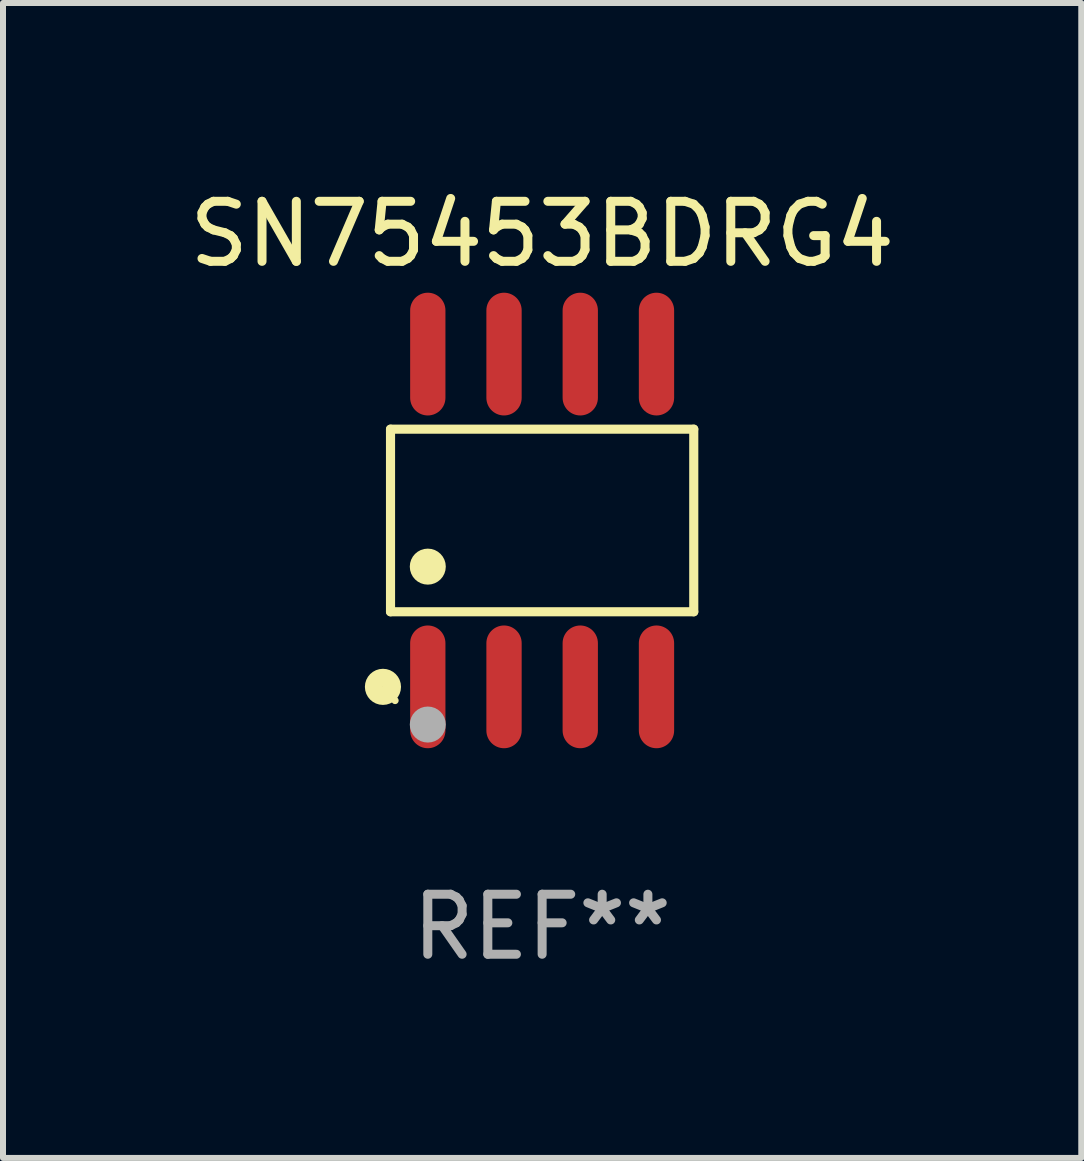
<source format=kicad_pcb>
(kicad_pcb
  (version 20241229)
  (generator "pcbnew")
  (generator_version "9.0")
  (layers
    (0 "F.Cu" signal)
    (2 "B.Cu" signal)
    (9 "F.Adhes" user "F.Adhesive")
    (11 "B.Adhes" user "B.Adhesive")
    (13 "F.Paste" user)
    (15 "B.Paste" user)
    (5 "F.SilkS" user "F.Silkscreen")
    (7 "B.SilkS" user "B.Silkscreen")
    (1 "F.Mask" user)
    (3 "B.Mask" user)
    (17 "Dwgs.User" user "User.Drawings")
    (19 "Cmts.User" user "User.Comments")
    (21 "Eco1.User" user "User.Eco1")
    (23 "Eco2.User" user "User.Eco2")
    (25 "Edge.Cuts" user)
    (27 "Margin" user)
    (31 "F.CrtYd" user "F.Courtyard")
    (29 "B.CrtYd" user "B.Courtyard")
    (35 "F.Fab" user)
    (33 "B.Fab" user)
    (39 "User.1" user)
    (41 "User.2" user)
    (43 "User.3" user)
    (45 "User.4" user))
  (footprint "SN75453BDRG4"
    (layer "F.Cu")
    (at 5.982 5.621)
    (property "Reference" "SN75453BDRG4" (at 0 -4.772 0) (layer "F.SilkS") (effects (font (size 1 1) (thickness 0.15))))
    (attr through_hole)
    (fp_line (start -2.526 -1.521) (end 2.526 -1.521) (stroke (width 0.152) (type solid)) (layer "F.SilkS"))
    (fp_line (start -2.526 1.521) (end -2.526 -1.521) (stroke (width 0.152) (type solid)) (layer "F.SilkS"))
    (fp_line (start 2.526 -1.521) (end 2.526 1.521) (stroke (width 0.152) (type solid)) (layer "F.SilkS"))
    (fp_line (start 2.526 1.521) (end -2.526 1.521) (stroke (width 0.152) (type solid)) (layer "F.SilkS"))
    (fp_circle (center -2.652 2.772) (end -2.501 2.772) (stroke (width 0.3) (type solid)) (fill no) (layer "F.SilkS"))
    (fp_circle (center -2.45 3) (end -2.42 3) (stroke (width 0.06) (type solid)) (fill no) (layer "F.SilkS"))
    (fp_circle (center -1.905 0.769) (end -1.755 0.769) (stroke (width 0.3) (type solid)) (fill no) (layer "F.SilkS"))
    (fp_circle (center -1.905 3.4) (end -1.755 3.4) (stroke (width 0.3) (type solid)) (fill no) (layer "F.Fab"))
    (fp_text user "REF**" (at 0 6.772 0) (layer "F.Fab") (effects (font (size 1 1) (thickness 0.15))))
    (pad "1" smd oval (at -1.905 2.772) (size 0.588 2.045) (layers "F.Cu" "F.Mask" "F.Paste"))
    (pad "2" smd oval (at -0.635 2.772) (size 0.588 2.045) (layers "F.Cu" "F.Mask" "F.Paste"))
    (pad "3" smd oval (at 0.635 2.772) (size 0.588 2.045) (layers "F.Cu" "F.Mask" "F.Paste"))
    (pad "4" smd oval (at 1.905 2.772) (size 0.588 2.045) (layers "F.Cu" "F.Mask" "F.Paste"))
    (pad "5" smd oval (at 1.905 -2.772) (size 0.588 2.045) (layers "F.Cu" "F.Mask" "F.Paste"))
    (pad "6" smd oval (at 0.635 -2.772) (size 0.588 2.045) (layers "F.Cu" "F.Mask" "F.Paste"))
    (pad "7" smd oval (at -0.635 -2.772) (size 0.588 2.045) (layers "F.Cu" "F.Mask" "F.Paste"))
    (pad "8" smd oval (at -1.905 -2.772) (size 0.588 2.045) (layers "F.Cu" "F.Mask" "F.Paste")))
  (gr_rect
    (start -3 -3)
    (end 14.964 16.241)
    (stroke (width 0.1) (type default))
    (fill no)
    (layer "Edge.Cuts")))
</source>
